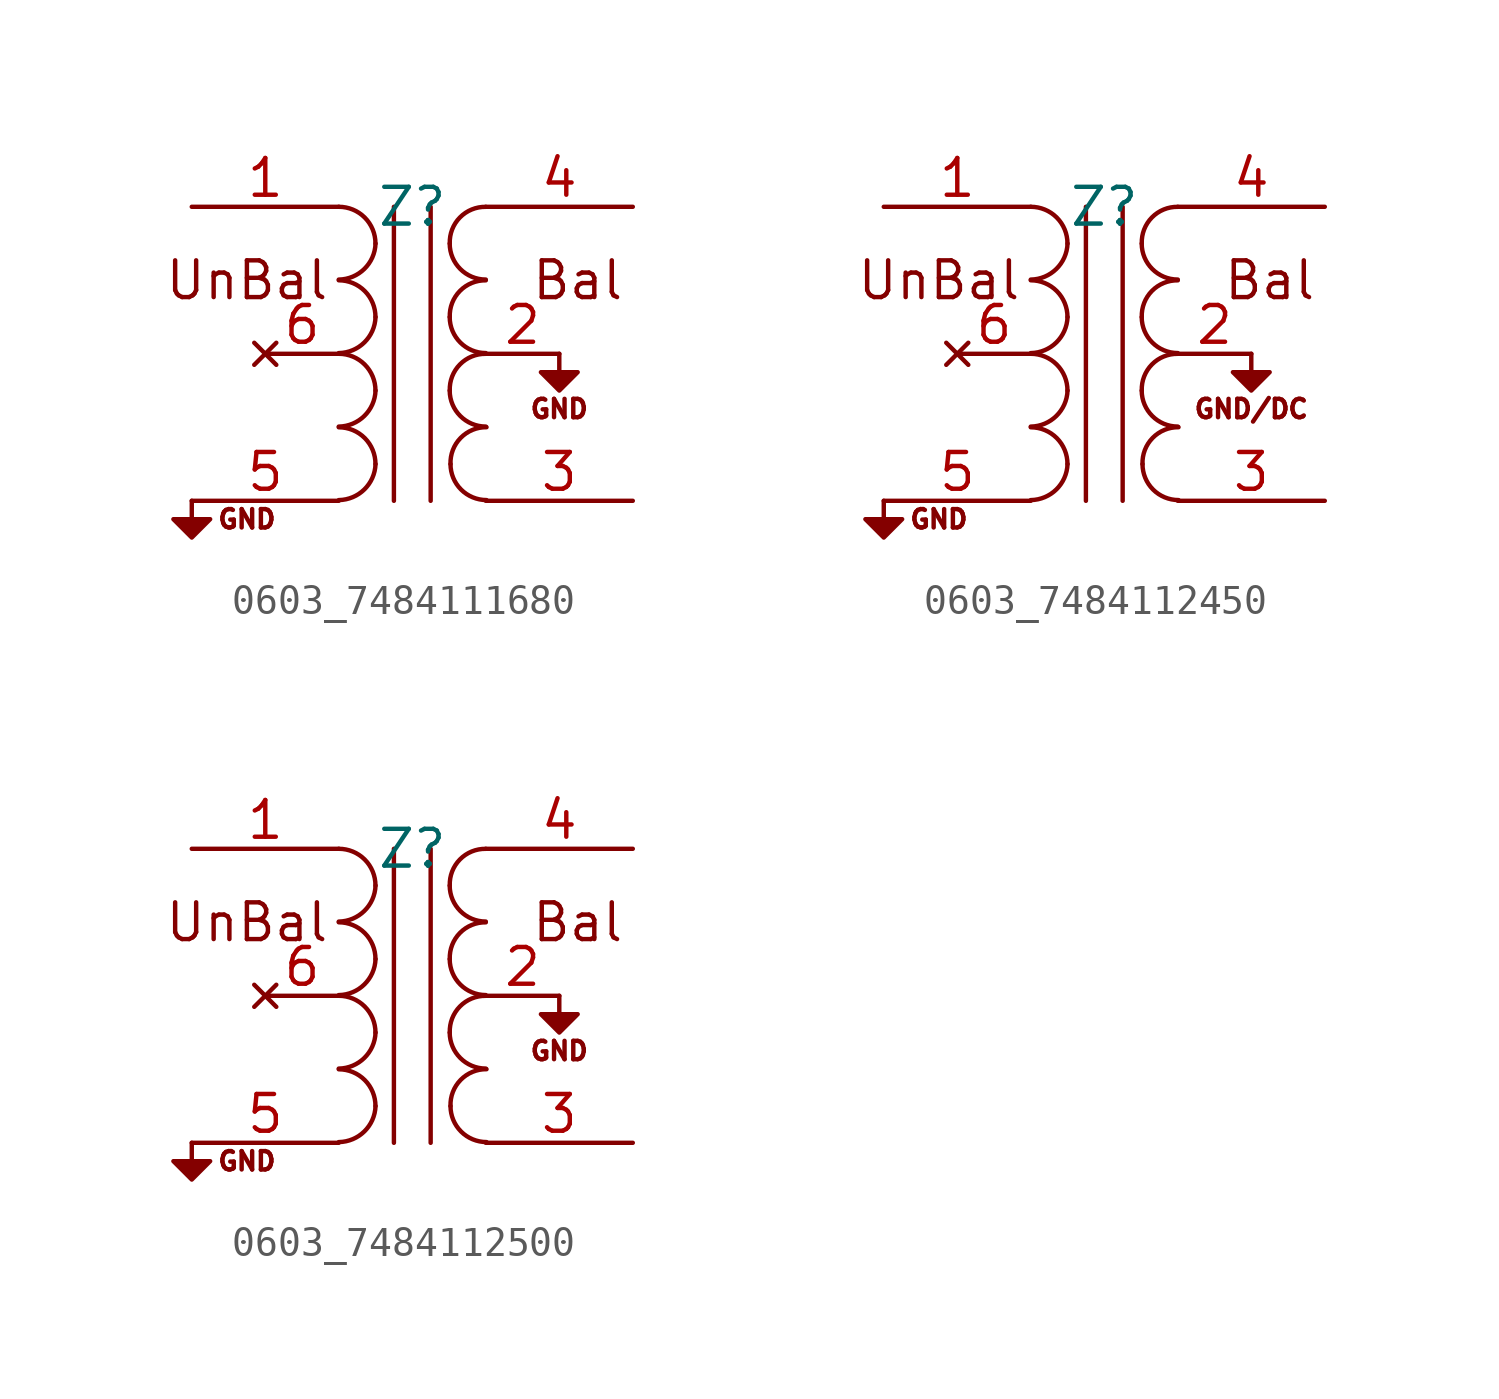
<source format=kicad_sym>
(kicad_symbol_lib
  (version 20220914)
  (generator kicad_symbol_editor)
  (symbol "0603_7484111680"
    (pin_names hide)
    (property "Reference" "Z"
      (at 0 5.08 0)
      (effects (font (size 1.27 1.27))))
    (property "Critical Parameter" ""
      (at 0 -5.08 0)
      (effects (font (size 1.27 1.27)) (justify left)))
    (symbol "0603_7484111680_0_0"
      (text "" (at -0.635 3.81 0) (effects (font (size 1.27 1.27))))
      (text "" (at -0.635 3.81 0) (effects (font (size 1.27 1.27))))
      (text "" (at -0.635 4.445 0) (effects (font (size 1.27 1.27))))
      (text "" (at 6.35 5.08 0) (effects (font (size 1.27 1.27)))))
    (symbol "0603_7484111680_0_1"
      (arc (start -2.54 -5.0546) (mid -1.6599 -4.6901) (end -1.27 -3.81) (stroke (width 0) (type default)) (fill (type none)))
      (arc (start -2.54 -2.5146) (mid -1.6599 -2.1501) (end -1.27 -1.27) (stroke (width 0) (type default)) (fill (type none)))
      (arc (start -2.54 0.0254) (mid -1.6599 0.3899) (end -1.27 1.27) (stroke (width 0) (type default)) (fill (type none)))
      (arc (start -2.54 2.5654) (mid -1.6599 2.9299) (end -1.27 3.81) (stroke (width 0) (type default)) (fill (type none)))
      (arc (start -1.27 -3.81) (mid -1.642 -2.912) (end -2.54 -2.54) (stroke (width 0) (type default)) (fill (type none)))
      (arc (start -1.27 -1.27) (mid -1.642 -0.372) (end -2.54 0) (stroke (width 0) (type default)) (fill (type none)))
      (arc (start -1.27 1.27) (mid -1.642 2.168) (end -2.54 2.54) (stroke (width 0) (type default)) (fill (type none)))
      (arc (start -1.27 3.81) (mid -1.642 4.708) (end -2.54 5.08) (stroke (width 0) (type default)) (fill (type none)))
      (polyline (pts (xy -0.635 5.08) (xy -0.635 -5.08)) (stroke (width 0) (type default)) (fill (type none)))
      (polyline (pts (xy 0.635 5.08) (xy 0.635 -5.08)) (stroke (width 0) (type default)) (fill (type none)))
      (arc (start 1.2954 -1.27) (mid 1.6599 -2.1501) (end 2.54 -2.5146) (stroke (width 0) (type default)) (fill (type none)))
      (arc (start 1.2954 1.27) (mid 1.6599 0.3899) (end 2.54 0.0254) (stroke (width 0) (type default)) (fill (type none)))
      (arc (start 1.2954 3.81) (mid 1.6599 2.9299) (end 2.54 2.5654) (stroke (width 0) (type default)) (fill (type none)))
      (arc (start 1.3208 -3.81) (mid 1.6853 -4.6901) (end 2.5654 -5.0546) (stroke (width 0) (type default)) (fill (type none)))
      (arc (start 2.54 0) (mid 1.642 -0.372) (end 1.2954 -1.27) (stroke (width 0) (type default)) (fill (type none)))
      (arc (start 2.54 2.54) (mid 1.642 2.168) (end 1.2954 1.27) (stroke (width 0) (type default)) (fill (type none)))
      (arc (start 2.54 5.08) (mid 1.642 4.708) (end 1.2954 3.81) (stroke (width 0) (type default)) (fill (type none)))
      (arc (start 2.5654 -2.54) (mid 1.6674 -2.912) (end 1.3208 -3.81) (stroke (width 0) (type default)) (fill (type none))))
    (symbol "0603_7484111680_1_1"
      (polyline (pts (xy -7.62 -5.08) (xy -7.62 -5.715)) (stroke (width 0) (type default)) (fill (type none)))
      (polyline (pts (xy 5.08 0) (xy 5.08 -0.635)) (stroke (width 0) (type default)) (fill (type none)))
      (polyline (pts (xy -8.255 -5.715) (xy -6.985 -5.715) (xy -7.62 -6.35) (xy -8.255 -5.715)) (stroke (width 0) (type default)) (fill (type outline)))
      (polyline (pts (xy 4.445 -0.635) (xy 5.715 -0.635) (xy 5.08 -1.27) (xy 4.445 -0.635)) (stroke (width 0) (type default)) (fill (type outline)))
      (text "Bal" (at 5.715 2.54 0) (effects (font (size 1.27 1.27))))
      (text "GND" (at -5.715 -5.715 0) (effects (font (size 0.635 0.635))))
      (text "GND" (at 5.08 -1.905 0) (effects (font (size 0.635 0.635))))
      (text "UnBal" (at -5.715 2.54 0) (effects (font (size 1.27 1.27))))
      (pin passive line (at -7.62 5.08 0) (length 5.08) (name "1" (effects (font (size 1.27 1.27)))) (number "1" (effects (font (size 1.27 1.27)))))
      (pin passive line (at 5.08 0 180) (length 2.54) (name "2" (effects (font (size 1.27 1.27)))) (number "2" (effects (font (size 1.27 1.27)))))
      (pin passive line (at 7.62 -5.08 180) (length 5.08) (name "3" (effects (font (size 1.27 1.27)))) (number "3" (effects (font (size 1.27 1.27)))))
      (pin passive line (at 7.62 5.08 180) (length 5.08) (name "4" (effects (font (size 1.27 1.27)))) (number "4" (effects (font (size 1.27 1.27)))))
      (pin passive line (at -7.62 -5.08 0) (length 5.08) (name "5" (effects (font (size 1.27 1.27)))) (number "5" (effects (font (size 1.27 1.27)))))
      (pin no_connect line (at -5.08 0 0) (length 2.54) (name "6" (effects (font (size 1.27 1.27)))) (number "6" (effects (font (size 1.27 1.27)))))))
  (symbol "0603_7484112450"
    (pin_names hide)
    (property "Reference" "Z"
      (at 0 5.08 0)
      (effects (font (size 1.27 1.27))))
    (property "Critical Parameter" ""
      (at 0 -5.08 0)
      (effects (font (size 1.27 1.27)) (justify left)))
    (symbol "0603_7484112450_0_0"
      (text "" (at -0.635 3.81 0) (effects (font (size 1.27 1.27))))
      (text "" (at -0.635 3.81 0) (effects (font (size 1.27 1.27))))
      (text "" (at -0.635 4.445 0) (effects (font (size 1.27 1.27))))
      (text "" (at 6.35 5.08 0) (effects (font (size 1.27 1.27)))))
    (symbol "0603_7484112450_0_1"
      (arc (start -2.54 -5.0546) (mid -1.6599 -4.6901) (end -1.27 -3.81) (stroke (width 0) (type default)) (fill (type none)))
      (arc (start -2.54 -2.5146) (mid -1.6599 -2.1501) (end -1.27 -1.27) (stroke (width 0) (type default)) (fill (type none)))
      (arc (start -2.54 0.0254) (mid -1.6599 0.3899) (end -1.27 1.27) (stroke (width 0) (type default)) (fill (type none)))
      (arc (start -2.54 2.5654) (mid -1.6599 2.9299) (end -1.27 3.81) (stroke (width 0) (type default)) (fill (type none)))
      (arc (start -1.27 -3.81) (mid -1.642 -2.912) (end -2.54 -2.54) (stroke (width 0) (type default)) (fill (type none)))
      (arc (start -1.27 -1.27) (mid -1.642 -0.372) (end -2.54 0) (stroke (width 0) (type default)) (fill (type none)))
      (arc (start -1.27 1.27) (mid -1.642 2.168) (end -2.54 2.54) (stroke (width 0) (type default)) (fill (type none)))
      (arc (start -1.27 3.81) (mid -1.642 4.708) (end -2.54 5.08) (stroke (width 0) (type default)) (fill (type none)))
      (polyline (pts (xy -0.635 5.08) (xy -0.635 -5.08)) (stroke (width 0) (type default)) (fill (type none)))
      (polyline (pts (xy 0.635 5.08) (xy 0.635 -5.08)) (stroke (width 0) (type default)) (fill (type none)))
      (arc (start 1.2954 -1.27) (mid 1.6599 -2.1501) (end 2.54 -2.5146) (stroke (width 0) (type default)) (fill (type none)))
      (arc (start 1.2954 1.27) (mid 1.6599 0.3899) (end 2.54 0.0254) (stroke (width 0) (type default)) (fill (type none)))
      (arc (start 1.2954 3.81) (mid 1.6599 2.9299) (end 2.54 2.5654) (stroke (width 0) (type default)) (fill (type none)))
      (arc (start 1.3208 -3.81) (mid 1.6853 -4.6901) (end 2.5654 -5.0546) (stroke (width 0) (type default)) (fill (type none)))
      (arc (start 2.54 0) (mid 1.642 -0.372) (end 1.2954 -1.27) (stroke (width 0) (type default)) (fill (type none)))
      (arc (start 2.54 2.54) (mid 1.642 2.168) (end 1.2954 1.27) (stroke (width 0) (type default)) (fill (type none)))
      (arc (start 2.54 5.08) (mid 1.642 4.708) (end 1.2954 3.81) (stroke (width 0) (type default)) (fill (type none)))
      (arc (start 2.5654 -2.54) (mid 1.6674 -2.912) (end 1.3208 -3.81) (stroke (width 0) (type default)) (fill (type none))))
    (symbol "0603_7484112450_1_1"
      (polyline (pts (xy -7.62 -5.08) (xy -7.62 -5.715)) (stroke (width 0) (type default)) (fill (type none)))
      (polyline (pts (xy 5.08 0) (xy 5.08 -0.635)) (stroke (width 0) (type default)) (fill (type none)))
      (polyline (pts (xy -8.255 -5.715) (xy -6.985 -5.715) (xy -7.62 -6.35) (xy -8.255 -5.715)) (stroke (width 0) (type default)) (fill (type outline)))
      (polyline (pts (xy 4.445 -0.635) (xy 5.715 -0.635) (xy 5.08 -1.27) (xy 4.445 -0.635)) (stroke (width 0) (type default)) (fill (type outline)))
      (text "Bal" (at 5.715 2.54 0) (effects (font (size 1.27 1.27))))
      (text "GND" (at -5.715 -5.715 0) (effects (font (size 0.635 0.635))))
      (text "GND/DC" (at 5.08 -1.905 0) (effects (font (size 0.635 0.635))))
      (text "UnBal" (at -5.715 2.54 0) (effects (font (size 1.27 1.27))))
      (pin passive line (at -7.62 5.08 0) (length 5.08) (name "1" (effects (font (size 1.27 1.27)))) (number "1" (effects (font (size 1.27 1.27)))))
      (pin passive line (at 5.08 0 180) (length 2.54) (name "2" (effects (font (size 1.27 1.27)))) (number "2" (effects (font (size 1.27 1.27)))))
      (pin passive line (at 7.62 -5.08 180) (length 5.08) (name "3" (effects (font (size 1.27 1.27)))) (number "3" (effects (font (size 1.27 1.27)))))
      (pin passive line (at 7.62 5.08 180) (length 5.08) (name "4" (effects (font (size 1.27 1.27)))) (number "4" (effects (font (size 1.27 1.27)))))
      (pin passive line (at -7.62 -5.08 0) (length 5.08) (name "5" (effects (font (size 1.27 1.27)))) (number "5" (effects (font (size 1.27 1.27)))))
      (pin no_connect line (at -5.08 0 0) (length 2.54) (name "6" (effects (font (size 1.27 1.27)))) (number "6" (effects (font (size 1.27 1.27)))))))
  (symbol "0603_7484112500"
    (pin_names hide)
    (property "Reference" "Z"
      (at 0 5.08 0)
      (effects (font (size 1.27 1.27))))
    (property "Critical Parameter" ""
      (at 0 -5.08 0)
      (effects (font (size 1.27 1.27)) (justify left)))
    (symbol "0603_7484112500_0_0"
      (text "" (at -0.635 3.81 0) (effects (font (size 1.27 1.27))))
      (text "" (at -0.635 3.81 0) (effects (font (size 1.27 1.27))))
      (text "" (at -0.635 4.445 0) (effects (font (size 1.27 1.27))))
      (text "" (at 6.35 5.08 0) (effects (font (size 1.27 1.27)))))
    (symbol "0603_7484112500_0_1"
      (arc (start -2.54 -5.0546) (mid -1.6599 -4.6901) (end -1.27 -3.81) (stroke (width 0) (type default)) (fill (type none)))
      (arc (start -2.54 -2.5146) (mid -1.6599 -2.1501) (end -1.27 -1.27) (stroke (width 0) (type default)) (fill (type none)))
      (arc (start -2.54 0.0254) (mid -1.6599 0.3899) (end -1.27 1.27) (stroke (width 0) (type default)) (fill (type none)))
      (arc (start -2.54 2.5654) (mid -1.6599 2.9299) (end -1.27 3.81) (stroke (width 0) (type default)) (fill (type none)))
      (arc (start -1.27 -3.81) (mid -1.642 -2.912) (end -2.54 -2.54) (stroke (width 0) (type default)) (fill (type none)))
      (arc (start -1.27 -1.27) (mid -1.642 -0.372) (end -2.54 0) (stroke (width 0) (type default)) (fill (type none)))
      (arc (start -1.27 1.27) (mid -1.642 2.168) (end -2.54 2.54) (stroke (width 0) (type default)) (fill (type none)))
      (arc (start -1.27 3.81) (mid -1.642 4.708) (end -2.54 5.08) (stroke (width 0) (type default)) (fill (type none)))
      (polyline (pts (xy -0.635 5.08) (xy -0.635 -5.08)) (stroke (width 0) (type default)) (fill (type none)))
      (polyline (pts (xy 0.635 5.08) (xy 0.635 -5.08)) (stroke (width 0) (type default)) (fill (type none)))
      (arc (start 1.2954 -1.27) (mid 1.6599 -2.1501) (end 2.54 -2.5146) (stroke (width 0) (type default)) (fill (type none)))
      (arc (start 1.2954 1.27) (mid 1.6599 0.3899) (end 2.54 0.0254) (stroke (width 0) (type default)) (fill (type none)))
      (arc (start 1.2954 3.81) (mid 1.6599 2.9299) (end 2.54 2.5654) (stroke (width 0) (type default)) (fill (type none)))
      (arc (start 1.3208 -3.81) (mid 1.6853 -4.6901) (end 2.5654 -5.0546) (stroke (width 0) (type default)) (fill (type none)))
      (arc (start 2.54 0) (mid 1.642 -0.372) (end 1.2954 -1.27) (stroke (width 0) (type default)) (fill (type none)))
      (arc (start 2.54 2.54) (mid 1.642 2.168) (end 1.2954 1.27) (stroke (width 0) (type default)) (fill (type none)))
      (arc (start 2.54 5.08) (mid 1.642 4.708) (end 1.2954 3.81) (stroke (width 0) (type default)) (fill (type none)))
      (arc (start 2.5654 -2.54) (mid 1.6674 -2.912) (end 1.3208 -3.81) (stroke (width 0) (type default)) (fill (type none))))
    (symbol "0603_7484112500_1_1"
      (polyline (pts (xy -7.62 -5.08) (xy -7.62 -5.715)) (stroke (width 0) (type default)) (fill (type none)))
      (polyline (pts (xy 5.08 0) (xy 5.08 -0.635)) (stroke (width 0) (type default)) (fill (type none)))
      (polyline (pts (xy -8.255 -5.715) (xy -6.985 -5.715) (xy -7.62 -6.35) (xy -8.255 -5.715)) (stroke (width 0) (type default)) (fill (type outline)))
      (polyline (pts (xy 4.445 -0.635) (xy 5.715 -0.635) (xy 5.08 -1.27) (xy 4.445 -0.635)) (stroke (width 0) (type default)) (fill (type outline)))
      (text "Bal" (at 5.715 2.54 0) (effects (font (size 1.27 1.27))))
      (text "GND" (at -5.715 -5.715 0) (effects (font (size 0.635 0.635))))
      (text "GND" (at 5.08 -1.905 0) (effects (font (size 0.635 0.635))))
      (text "UnBal" (at -5.715 2.54 0) (effects (font (size 1.27 1.27))))
      (pin passive line (at -7.62 5.08 0) (length 5.08) (name "1" (effects (font (size 1.27 1.27)))) (number "1" (effects (font (size 1.27 1.27)))))
      (pin passive line (at 5.08 0 180) (length 2.54) (name "2" (effects (font (size 1.27 1.27)))) (number "2" (effects (font (size 1.27 1.27)))))
      (pin passive line (at 7.62 -5.08 180) (length 5.08) (name "3" (effects (font (size 1.27 1.27)))) (number "3" (effects (font (size 1.27 1.27)))))
      (pin passive line (at 7.62 5.08 180) (length 5.08) (name "4" (effects (font (size 1.27 1.27)))) (number "4" (effects (font (size 1.27 1.27)))))
      (pin passive line (at -7.62 -5.08 0) (length 5.08) (name "5" (effects (font (size 1.27 1.27)))) (number "5" (effects (font (size 1.27 1.27)))))
      (pin no_connect line (at -5.08 0 0) (length 2.54) (name "6" (effects (font (size 1.27 1.27)))) (number "6" (effects (font (size 1.27 1.27))))))))
</source>
